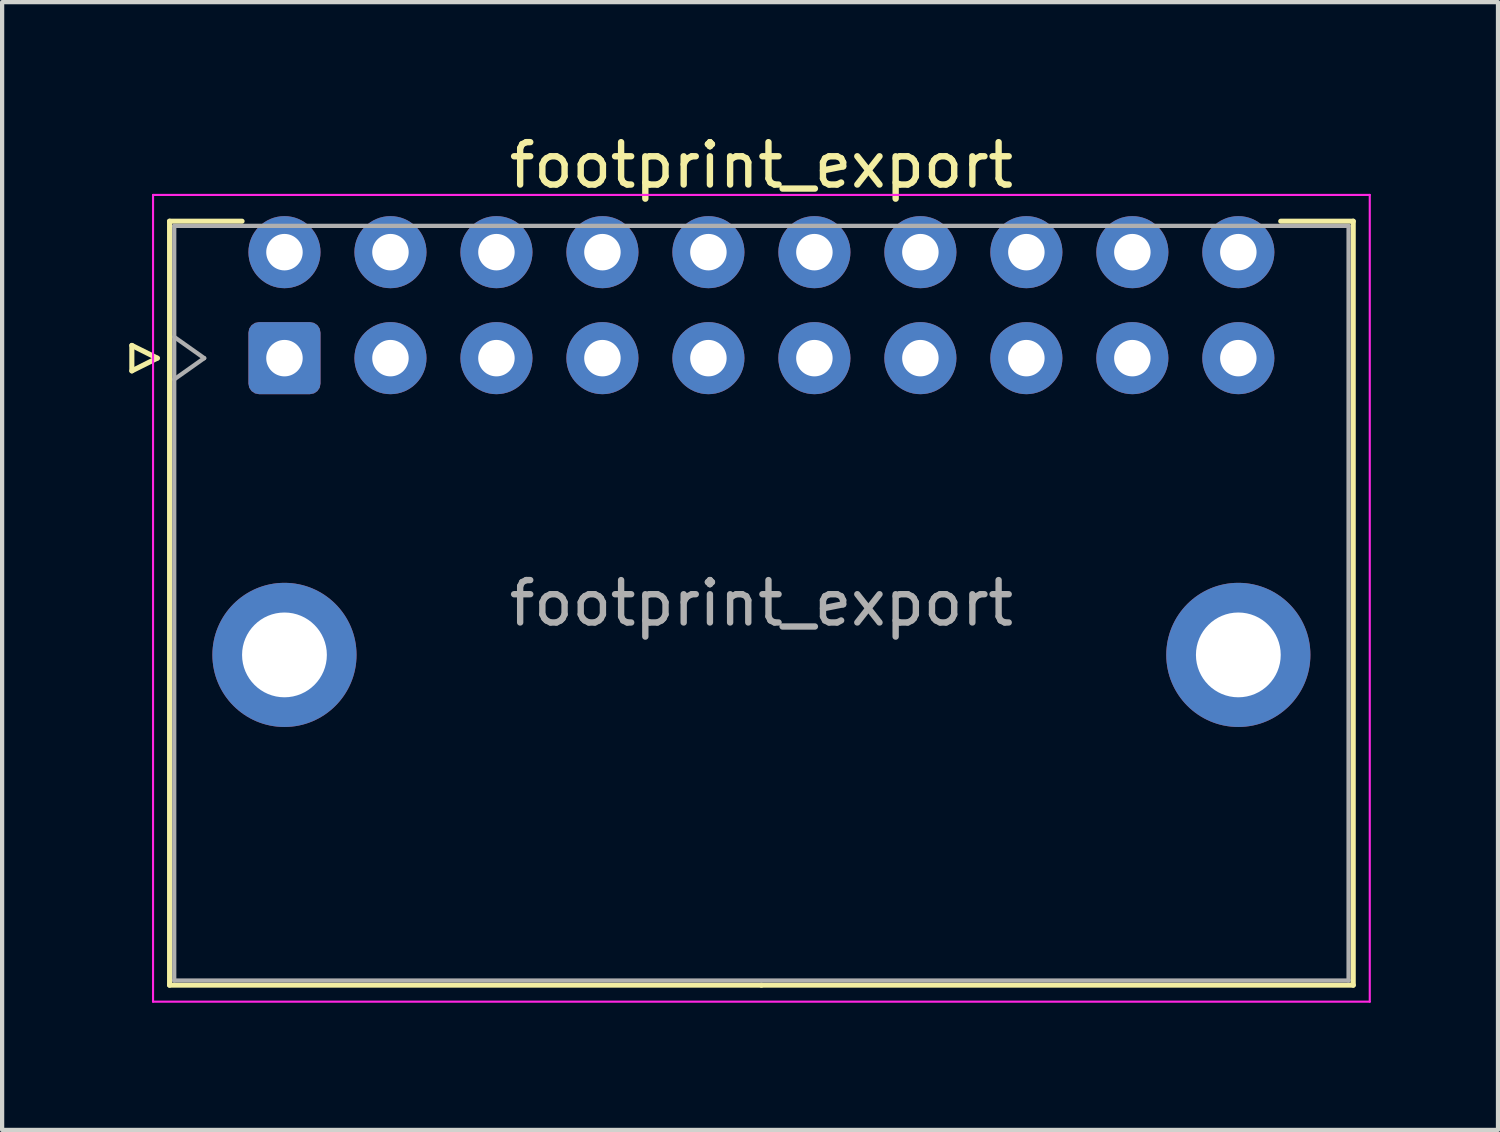
<source format=kicad_pcb>
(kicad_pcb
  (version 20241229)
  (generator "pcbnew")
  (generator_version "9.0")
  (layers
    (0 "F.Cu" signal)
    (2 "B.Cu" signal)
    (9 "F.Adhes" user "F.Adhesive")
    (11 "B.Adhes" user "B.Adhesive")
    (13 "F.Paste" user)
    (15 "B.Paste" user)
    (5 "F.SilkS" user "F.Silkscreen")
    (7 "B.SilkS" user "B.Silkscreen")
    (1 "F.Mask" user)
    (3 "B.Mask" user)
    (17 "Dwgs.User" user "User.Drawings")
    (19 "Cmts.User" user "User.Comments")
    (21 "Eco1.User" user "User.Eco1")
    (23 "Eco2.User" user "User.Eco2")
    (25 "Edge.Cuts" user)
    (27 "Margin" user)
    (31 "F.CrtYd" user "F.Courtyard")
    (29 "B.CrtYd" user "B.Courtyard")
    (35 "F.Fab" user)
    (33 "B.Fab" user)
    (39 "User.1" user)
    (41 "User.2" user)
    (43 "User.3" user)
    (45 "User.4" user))
  (footprint "footprint_export"
    (layer "F.Cu")
    (at 3.66 5.398)
    (property "Reference" "footprint_export" (at 11.25 -4.55 0) (layer "F.SilkS") (effects (font (size 1 1) (thickness 0.15))))
    (attr through_hole)
    (fp_line (start -3.6 -0.3) (end -3 0) (stroke (width 0.12) (type solid)) (layer "F.SilkS"))
    (fp_line (start -3.6 0.3) (end -3.6 -0.3) (stroke (width 0.12) (type solid)) (layer "F.SilkS"))
    (fp_line (start -3 0) (end -3.6 0.3) (stroke (width 0.12) (type solid)) (layer "F.SilkS"))
    (fp_line (start -2.71 -3.23) (end -2.71 14.79) (stroke (width 0.12) (type solid)) (layer "F.SilkS"))
    (fp_line (start -2.71 14.79) (end 11.25 14.79) (stroke (width 0.12) (type solid)) (layer "F.SilkS"))
    (fp_line (start -1 -3.23) (end -2.71 -3.23) (stroke (width 0.12) (type solid)) (layer "F.SilkS"))
    (fp_line (start 23.5 -3.23) (end 25.21 -3.23) (stroke (width 0.12) (type solid)) (layer "F.SilkS"))
    (fp_line (start 25.21 -3.23) (end 25.21 14.79) (stroke (width 0.12) (type solid)) (layer "F.SilkS"))
    (fp_line (start 25.21 14.79) (end 11.25 14.79) (stroke (width 0.12) (type solid)) (layer "F.SilkS"))
    (fp_line (start -3.1 -3.85) (end -3.1 15.18) (stroke (width 0.05) (type solid)) (layer "F.CrtYd"))
    (fp_line (start -3.1 15.18) (end 25.6 15.18) (stroke (width 0.05) (type solid)) (layer "F.CrtYd"))
    (fp_line (start 25.6 -3.85) (end -3.1 -3.85) (stroke (width 0.05) (type solid)) (layer "F.CrtYd"))
    (fp_line (start 25.6 15.18) (end 25.6 -3.85) (stroke (width 0.05) (type solid)) (layer "F.CrtYd"))
    (fp_line (start -2.6 -3.12) (end -2.6 14.68) (stroke (width 0.1) (type solid)) (layer "F.Fab"))
    (fp_line (start -2.6 0.5) (end -1.893 0) (stroke (width 0.1) (type solid)) (layer "F.Fab"))
    (fp_line (start -2.6 14.68) (end 25.1 14.68) (stroke (width 0.1) (type solid)) (layer "F.Fab"))
    (fp_line (start -1.893 0) (end -2.6 -0.5) (stroke (width 0.1) (type solid)) (layer "F.Fab"))
    (fp_line (start 25.1 -3.12) (end -2.6 -3.12) (stroke (width 0.1) (type solid)) (layer "F.Fab"))
    (fp_line (start 25.1 14.68) (end 25.1 -3.12) (stroke (width 0.1) (type solid)) (layer "F.Fab"))
    (fp_text user "${REFERENCE}" (at 11.25 5.78 0) (layer "F.Fab") (effects (font (size 1 1) (thickness 0.15))))
    (pad "" thru_hole circle (at 0 7) (size 3.4 3.4) (drill 2) (layers "*.Cu" "*.Mask"))
    (pad "" thru_hole circle (at 22.5 7) (size 3.4 3.4) (drill 2) (layers "*.Cu" "*.Mask"))
    (pad "1" thru_hole roundrect (at 0 0) (size 1.7 1.7) (drill 0.86) (layers "*.Cu" "*.Mask") (roundrect_rratio 0.147))
    (pad "2" thru_hole circle (at 2.5 0) (size 1.7 1.7) (drill 0.86) (layers "*.Cu" "*.Mask"))
    (pad "3" thru_hole circle (at 5 0) (size 1.7 1.7) (drill 0.86) (layers "*.Cu" "*.Mask"))
    (pad "4" thru_hole circle (at 7.5 0) (size 1.7 1.7) (drill 0.86) (layers "*.Cu" "*.Mask"))
    (pad "5" thru_hole circle (at 10 0) (size 1.7 1.7) (drill 0.86) (layers "*.Cu" "*.Mask"))
    (pad "6" thru_hole circle (at 12.5 0) (size 1.7 1.7) (drill 0.86) (layers "*.Cu" "*.Mask"))
    (pad "7" thru_hole circle (at 15 0) (size 1.7 1.7) (drill 0.86) (layers "*.Cu" "*.Mask"))
    (pad "8" thru_hole circle (at 17.5 0) (size 1.7 1.7) (drill 0.86) (layers "*.Cu" "*.Mask"))
    (pad "9" thru_hole circle (at 20 0) (size 1.7 1.7) (drill 0.86) (layers "*.Cu" "*.Mask"))
    (pad "10" thru_hole circle (at 22.5 0) (size 1.7 1.7) (drill 0.86) (layers "*.Cu" "*.Mask"))
    (pad "11" thru_hole circle (at 0 -2.5) (size 1.7 1.7) (drill 0.86) (layers "*.Cu" "*.Mask"))
    (pad "12" thru_hole circle (at 2.5 -2.5) (size 1.7 1.7) (drill 0.86) (layers "*.Cu" "*.Mask"))
    (pad "13" thru_hole circle (at 5 -2.5) (size 1.7 1.7) (drill 0.86) (layers "*.Cu" "*.Mask"))
    (pad "14" thru_hole circle (at 7.5 -2.5) (size 1.7 1.7) (drill 0.86) (layers "*.Cu" "*.Mask"))
    (pad "15" thru_hole circle (at 10 -2.5) (size 1.7 1.7) (drill 0.86) (layers "*.Cu" "*.Mask"))
    (pad "16" thru_hole circle (at 12.5 -2.5) (size 1.7 1.7) (drill 0.86) (layers "*.Cu" "*.Mask"))
    (pad "17" thru_hole circle (at 15 -2.5) (size 1.7 1.7) (drill 0.86) (layers "*.Cu" "*.Mask"))
    (pad "18" thru_hole circle (at 17.5 -2.5) (size 1.7 1.7) (drill 0.86) (layers "*.Cu" "*.Mask"))
    (pad "19" thru_hole circle (at 20 -2.5) (size 1.7 1.7) (drill 0.86) (layers "*.Cu" "*.Mask"))
    (pad "20" thru_hole circle (at 22.5 -2.5) (size 1.7 1.7) (drill 0.86) (layers "*.Cu" "*.Mask")))
  (gr_rect
    (start -3 -3)
    (end 32.285 23.603)
    (stroke (width 0.1) (type default))
    (fill no)
    (layer "Edge.Cuts")))
</source>
